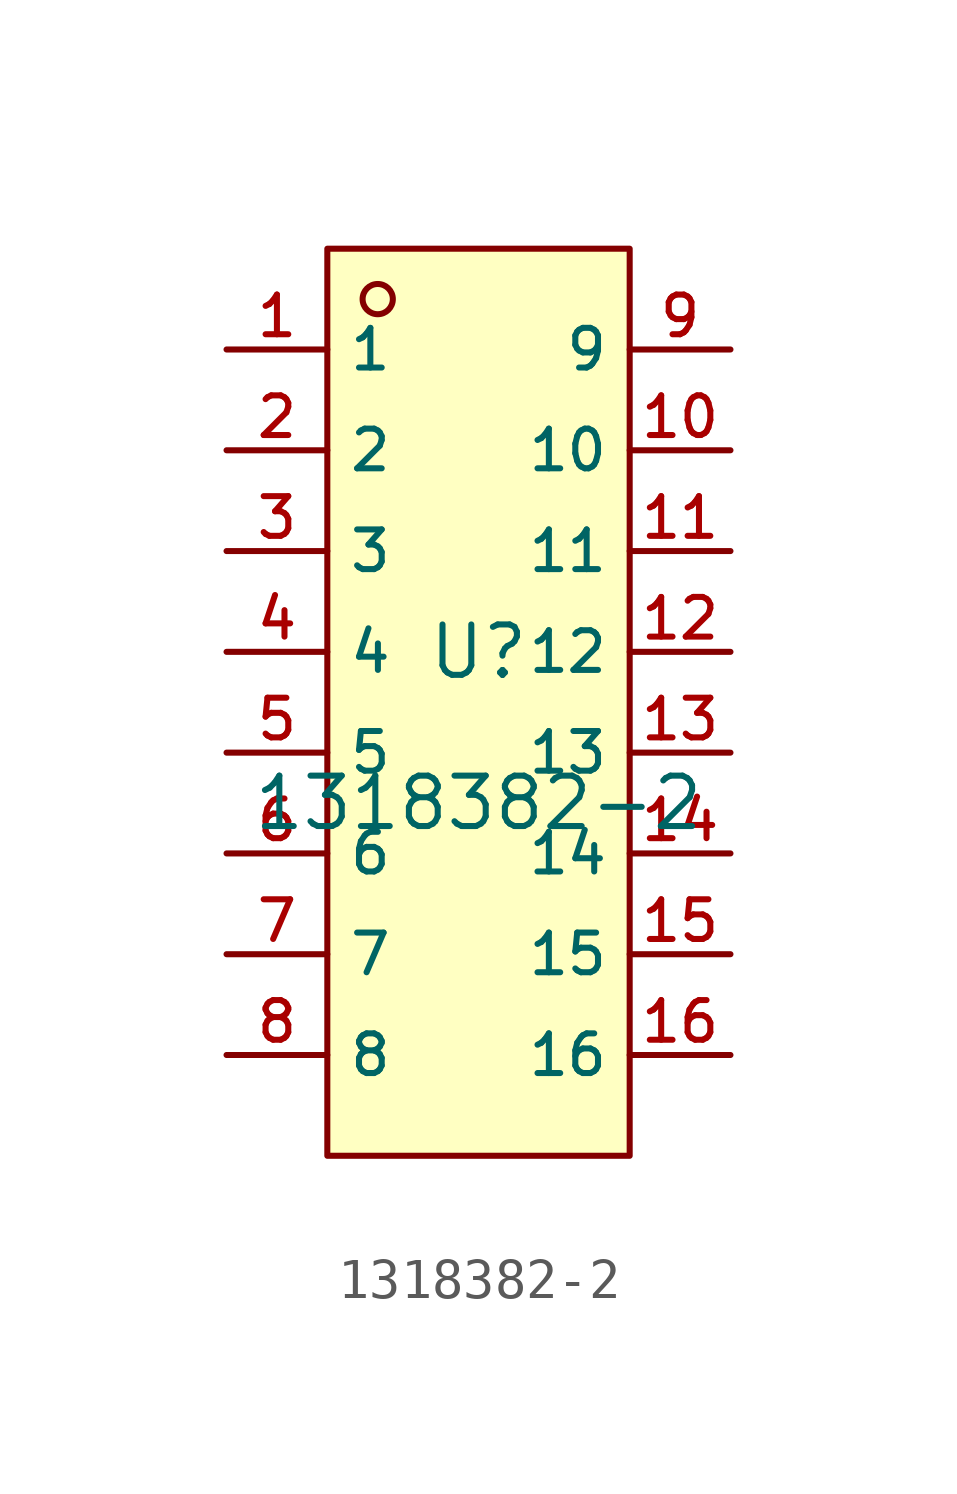
<source format=kicad_sym>
(kicad_symbol_lib
  (version 20210201)
  (generator TousstNicolas/JLC2KiCad_lib)
  (symbol "1318382-2"
    (property "Reference" "U"
      (at 0 1.27 0)
      (effects (font (size 1.27 1.27))))
    (property "Value" "1318382-2"
      (at 0 -2.54 0)
      (effects (font (size 1.27 1.27))))
    (symbol "1318382-2_0_1"
      (rectangle (start -3.81 11.43) (end 3.81 -11.43) (stroke (width 0) (type default) (color 0 0 0 0)) (fill (type background)))
      (circle (center -2.54 10.16) (radius 0.381) (stroke (width 0) (type default) (color 0 0 0 0)) (fill (type background)))
      (pin unspecified line (at -6.35 8.89 0) (length 2.54) (name "1" (effects (font (size 1 1)))) (number "1" (effects (font (size 1 1)))))
      (pin unspecified line (at -6.35 6.35 0) (length 2.54) (name "2" (effects (font (size 1 1)))) (number "2" (effects (font (size 1 1)))))
      (pin unspecified line (at -6.35 3.81 0) (length 2.54) (name "3" (effects (font (size 1 1)))) (number "3" (effects (font (size 1 1)))))
      (pin unspecified line (at -6.35 1.27 0) (length 2.54) (name "4" (effects (font (size 1 1)))) (number "4" (effects (font (size 1 1)))))
      (pin unspecified line (at -6.35 -1.27 0) (length 2.54) (name "5" (effects (font (size 1 1)))) (number "5" (effects (font (size 1 1)))))
      (pin unspecified line (at -6.35 -3.81 0) (length 2.54) (name "6" (effects (font (size 1 1)))) (number "6" (effects (font (size 1 1)))))
      (pin unspecified line (at -6.35 -6.35 0) (length 2.54) (name "7" (effects (font (size 1 1)))) (number "7" (effects (font (size 1 1)))))
      (pin unspecified line (at -6.35 -8.89 0) (length 2.54) (name "8" (effects (font (size 1 1)))) (number "8" (effects (font (size 1 1)))))
      (pin unspecified line (at 6.35 8.89 180) (length 2.54) (name "9" (effects (font (size 1 1)))) (number "9" (effects (font (size 1 1)))))
      (pin unspecified line (at 6.35 6.35 180) (length 2.54) (name "10" (effects (font (size 1 1)))) (number "10" (effects (font (size 1 1)))))
      (pin unspecified line (at 6.35 3.81 180) (length 2.54) (name "11" (effects (font (size 1 1)))) (number "11" (effects (font (size 1 1)))))
      (pin unspecified line (at 6.35 1.27 180) (length 2.54) (name "12" (effects (font (size 1 1)))) (number "12" (effects (font (size 1 1)))))
      (pin unspecified line (at 6.35 -1.27 180) (length 2.54) (name "13" (effects (font (size 1 1)))) (number "13" (effects (font (size 1 1)))))
      (pin unspecified line (at 6.35 -3.81 180) (length 2.54) (name "14" (effects (font (size 1 1)))) (number "14" (effects (font (size 1 1)))))
      (pin unspecified line (at 6.35 -6.35 180) (length 2.54) (name "15" (effects (font (size 1 1)))) (number "15" (effects (font (size 1 1)))))
      (pin unspecified line (at 6.35 -8.89 180) (length 2.54) (name "16" (effects (font (size 1 1)))) (number "16" (effects (font (size 1 1))))))))
</source>
